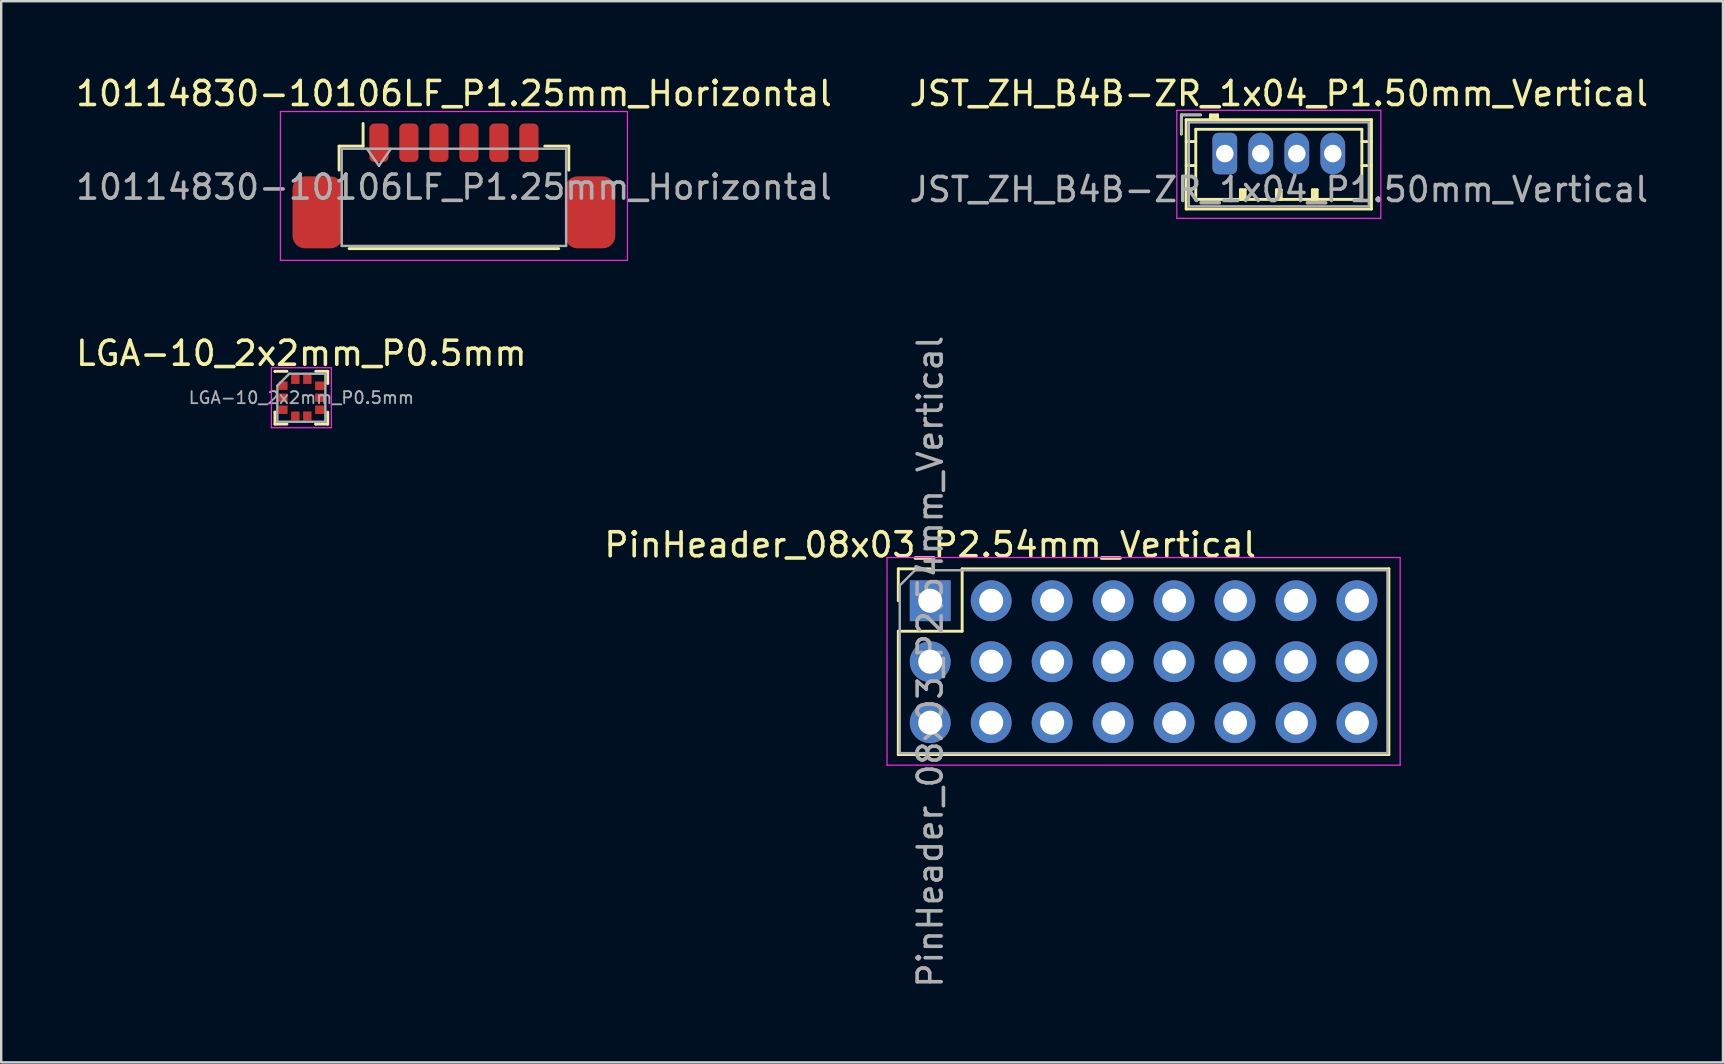
<source format=kicad_pcb>
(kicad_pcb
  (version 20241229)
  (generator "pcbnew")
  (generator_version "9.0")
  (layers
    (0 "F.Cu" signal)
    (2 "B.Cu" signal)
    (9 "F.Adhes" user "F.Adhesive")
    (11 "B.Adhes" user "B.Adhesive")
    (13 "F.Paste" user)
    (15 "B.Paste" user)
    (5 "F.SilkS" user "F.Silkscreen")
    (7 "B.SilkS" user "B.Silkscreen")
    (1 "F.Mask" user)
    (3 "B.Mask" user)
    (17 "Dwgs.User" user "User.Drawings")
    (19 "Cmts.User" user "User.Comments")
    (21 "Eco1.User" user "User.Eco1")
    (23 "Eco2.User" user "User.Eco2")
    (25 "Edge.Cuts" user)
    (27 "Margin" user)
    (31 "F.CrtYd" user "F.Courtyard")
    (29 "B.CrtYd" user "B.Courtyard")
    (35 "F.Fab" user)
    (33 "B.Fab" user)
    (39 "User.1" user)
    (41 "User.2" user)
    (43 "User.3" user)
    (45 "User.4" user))
  (footprint "LGA-10_2x2mm_P0.5mm"
    (layer "F.Cu")
    (at 9.506 13.521)
    (property "Reference" "LGA-10_2x2mm_P0.5mm" (at 0 -1.85 0) (layer "F.SilkS") (effects (font (size 1 1) (thickness 0.15))))
    (attr smd)
    (fp_line (start -1.1 -1.1) (end -1.1 -1.1) (stroke (width 0.12) (type solid)) (layer "F.SilkS"))
    (fp_line (start -1.1 0.6) (end -1.1 0.6) (stroke (width 0.12) (type solid)) (layer "F.SilkS"))
    (fp_line (start -1.1 1.1) (end -1.1 0.6) (stroke (width 0.12) (type solid)) (layer "F.SilkS"))
    (fp_line (start -0.6 -1.1) (end -1.1 -1.1) (stroke (width 0.12) (type solid)) (layer "F.SilkS"))
    (fp_line (start -0.6 1.1) (end -1.1 1.1) (stroke (width 0.12) (type solid)) (layer "F.SilkS"))
    (fp_line (start 0.6 -1.1) (end 1.1 -1.1) (stroke (width 0.12) (type solid)) (layer "F.SilkS"))
    (fp_line (start 0.6 1.1) (end 0.6 1.1) (stroke (width 0.12) (type solid)) (layer "F.SilkS"))
    (fp_line (start 1.1 -1.1) (end 1.1 -0.6) (stroke (width 0.12) (type solid)) (layer "F.SilkS"))
    (fp_line (start 1.1 -0.6) (end 1.1 -0.6) (stroke (width 0.12) (type solid)) (layer "F.SilkS"))
    (fp_line (start 1.1 0.6) (end 1.1 1.1) (stroke (width 0.12) (type solid)) (layer "F.SilkS"))
    (fp_line (start 1.1 1.1) (end 0.6 1.1) (stroke (width 0.12) (type solid)) (layer "F.SilkS"))
    (fp_line (start -1.25 -1.25) (end 1.25 -1.25) (stroke (width 0.05) (type solid)) (layer "F.CrtYd"))
    (fp_line (start -1.25 1.25) (end -1.25 -1.25) (stroke (width 0.05) (type solid)) (layer "F.CrtYd"))
    (fp_line (start 1.25 -1.25) (end 1.25 1.25) (stroke (width 0.05) (type solid)) (layer "F.CrtYd"))
    (fp_line (start 1.25 1.25) (end -1.25 1.25) (stroke (width 0.05) (type solid)) (layer "F.CrtYd"))
    (fp_line (start -1 -0.5) (end -0.5 -1) (stroke (width 0.1) (type solid)) (layer "F.Fab"))
    (fp_line (start -1 1) (end -1 -0.5) (stroke (width 0.1) (type solid)) (layer "F.Fab"))
    (fp_line (start -0.5 -1) (end 1 -1) (stroke (width 0.1) (type solid)) (layer "F.Fab"))
    (fp_line (start 1 -1) (end 1 1) (stroke (width 0.1) (type solid)) (layer "F.Fab"))
    (fp_line (start 1 1) (end -1 1) (stroke (width 0.1) (type solid)) (layer "F.Fab"))
    (fp_text user "${REFERENCE}" (at 0 0 0) (layer "F.Fab") (effects (font (size 0.5 0.5) (thickness 0.075))))
    (pad "1" smd rect (at 0.25 -0.762 90) (size 0.375 0.35) (layers "F.Cu" "F.Mask" "F.Paste"))
    (pad "2" smd rect (at -0.25 -0.762 90) (size 0.375 0.35) (layers "F.Cu" "F.Mask" "F.Paste"))
    (pad "3" smd rect (at -0.762 -0.5) (size 0.375 0.35) (layers "F.Cu" "F.Mask" "F.Paste"))
    (pad "4" smd rect (at -0.762 0) (size 0.375 0.35) (layers "F.Cu" "F.Mask" "F.Paste"))
    (pad "5" smd rect (at -0.762 0.5) (size 0.375 0.35) (layers "F.Cu" "F.Mask" "F.Paste"))
    (pad "6" smd rect (at -0.25 0.762 90) (size 0.375 0.35) (layers "F.Cu" "F.Mask" "F.Paste"))
    (pad "7" smd rect (at 0.25 0.762 90) (size 0.375 0.35) (layers "F.Cu" "F.Mask" "F.Paste"))
    (pad "8" smd rect (at 0.762 0.5) (size 0.375 0.35) (layers "F.Cu" "F.Mask" "F.Paste"))
    (pad "9" smd rect (at 0.762 0) (size 0.375 0.35) (layers "F.Cu" "F.Mask" "F.Paste"))
    (pad "10" smd rect (at 0.762 -0.5) (size 0.375 0.35) (layers "F.Cu" "F.Mask" "F.Paste")))
  (footprint "10114830-10106LF_P1.25mm_Horizontal"
    (layer "F.Cu")
    (at 15.863 4.698)
    (property "Reference" "10114830-10106LF_P1.25mm_Horizontal" (at 0 -3.85 0) (layer "F.SilkS") (effects (font (size 1 1) (thickness 0.15))))
    (attr smd)
    (fp_line (start -4.785 -1.66) (end -3.785 -1.66) (stroke (width 0.12) (type solid)) (layer "F.SilkS"))
    (fp_line (start -4.785 -0.66) (end -4.785 -1.66) (stroke (width 0.12) (type solid)) (layer "F.SilkS"))
    (fp_line (start -4.365 2.61) (end 4.365 2.61) (stroke (width 0.12) (type solid)) (layer "F.SilkS"))
    (fp_line (start -3.785 -1.66) (end -3.785 -2.6) (stroke (width 0.12) (type solid)) (layer "F.SilkS"))
    (fp_line (start 4.785 -1.66) (end 3.785 -1.66) (stroke (width 0.12) (type solid)) (layer "F.SilkS"))
    (fp_line (start 4.785 -0.66) (end 4.785 -1.66) (stroke (width 0.12) (type solid)) (layer "F.SilkS"))
    (fp_line (start -7.23 -3.1) (end -7.23 3.1) (stroke (width 0.05) (type solid)) (layer "F.CrtYd"))
    (fp_line (start -7.23 3.1) (end 7.23 3.1) (stroke (width 0.05) (type solid)) (layer "F.CrtYd"))
    (fp_line (start 7.23 -3.1) (end -7.23 -3.1) (stroke (width 0.05) (type solid)) (layer "F.CrtYd"))
    (fp_line (start 7.23 3.1) (end 7.23 -3.1) (stroke (width 0.05) (type solid)) (layer "F.CrtYd"))
    (fp_line (start -4.675 -1.55) (end -4.675 2.5) (stroke (width 0.1) (type solid)) (layer "F.Fab"))
    (fp_line (start -4.675 -1.55) (end 4.675 -1.55) (stroke (width 0.1) (type solid)) (layer "F.Fab"))
    (fp_line (start -4.675 2.5) (end 4.675 2.5) (stroke (width 0.1) (type solid)) (layer "F.Fab"))
    (fp_line (start -3.625 -1.55) (end -3.125 -0.843) (stroke (width 0.1) (type solid)) (layer "F.Fab"))
    (fp_line (start -3.125 -0.843) (end -2.625 -1.55) (stroke (width 0.1) (type solid)) (layer "F.Fab"))
    (fp_line (start 4.675 -1.55) (end 4.675 2.5) (stroke (width 0.1) (type solid)) (layer "F.Fab"))
    (fp_text user "${REFERENCE}" (at 0 0.05 0) (layer "F.Fab") (effects (font (size 1 1) (thickness 0.15))))
    (pad "1" smd roundrect (at -3.125 -1.8) (size 0.8 1.6) (layers "F.Cu" "F.Mask" "F.Paste") (roundrect_rratio 0.25))
    (pad "2" smd roundrect (at -1.875 -1.8) (size 0.8 1.6) (layers "F.Cu" "F.Mask" "F.Paste") (roundrect_rratio 0.25))
    (pad "3" smd roundrect (at -0.625 -1.8) (size 0.8 1.6) (layers "F.Cu" "F.Mask" "F.Paste") (roundrect_rratio 0.25))
    (pad "4" smd roundrect (at 0.625 -1.8) (size 0.8 1.6) (layers "F.Cu" "F.Mask" "F.Paste") (roundrect_rratio 0.25))
    (pad "5" smd roundrect (at 1.875 -1.8) (size 0.8 1.6) (layers "F.Cu" "F.Mask" "F.Paste") (roundrect_rratio 0.25))
    (pad "6" smd roundrect (at 3.125 -1.8) (size 0.8 1.6) (layers "F.Cu" "F.Mask" "F.Paste") (roundrect_rratio 0.25))
    (pad "MP" smd roundrect (at -5.675 1.1) (size 2.1 3) (layers "F.Cu" "F.Mask" "F.Paste") (roundrect_rratio 0.25))
    (pad "MP" smd roundrect (at 5.675 1.1) (size 2.1 3) (layers "F.Cu" "F.Mask" "F.Paste") (roundrect_rratio 0.25)))
  (footprint "JST_ZH_B4B-ZR_1x04_P1.50mm_Vertical"
    (layer "F.Cu")
    (at 47.982 3.348)
    (property "Reference" "JST_ZH_B4B-ZR_1x04_P1.50mm_Vertical" (at 2.25 -2.5 0) (layer "F.SilkS") (effects (font (size 1 1) (thickness 0.15))))
    (attr through_hole)
    (fp_line (start -1.81 -1.61) (end -1.81 -0.81) (stroke (width 0.12) (type solid)) (layer "F.SilkS"))
    (fp_line (start -1.61 -1.41) (end -1.61 2.31) (stroke (width 0.12) (type solid)) (layer "F.SilkS"))
    (fp_line (start -1.61 -0.5) (end -1.21 -0.5) (stroke (width 0.12) (type solid)) (layer "F.SilkS"))
    (fp_line (start -1.61 0.5) (end -1.21 0.5) (stroke (width 0.12) (type solid)) (layer "F.SilkS"))
    (fp_line (start -1.61 2.31) (end 6.11 2.31) (stroke (width 0.12) (type solid)) (layer "F.SilkS"))
    (fp_line (start -1.21 -1.01) (end -1.21 1.91) (stroke (width 0.12) (type solid)) (layer "F.SilkS"))
    (fp_line (start -1.21 1.91) (end 5.71 1.91) (stroke (width 0.12) (type solid)) (layer "F.SilkS"))
    (fp_line (start -1.01 -1.61) (end -1.81 -1.61) (stroke (width 0.12) (type solid)) (layer "F.SilkS"))
    (fp_line (start -0.6 -1.61) (end -0.6 -1.41) (stroke (width 0.12) (type solid)) (layer "F.SilkS"))
    (fp_line (start -0.3 -1.61) (end -0.6 -1.61) (stroke (width 0.12) (type solid)) (layer "F.SilkS"))
    (fp_line (start -0.3 -1.51) (end -0.6 -1.51) (stroke (width 0.12) (type solid)) (layer "F.SilkS"))
    (fp_line (start -0.3 -1.41) (end -0.3 -1.61) (stroke (width 0.12) (type solid)) (layer "F.SilkS"))
    (fp_line (start 0.65 1.51) (end 0.85 1.51) (stroke (width 0.12) (type solid)) (layer "F.SilkS"))
    (fp_line (start 0.65 1.91) (end 0.65 1.51) (stroke (width 0.12) (type solid)) (layer "F.SilkS"))
    (fp_line (start 0.75 1.91) (end 0.75 1.51) (stroke (width 0.12) (type solid)) (layer "F.SilkS"))
    (fp_line (start 0.85 1.51) (end 0.85 1.91) (stroke (width 0.12) (type solid)) (layer "F.SilkS"))
    (fp_line (start 2.15 1.51) (end 2.35 1.51) (stroke (width 0.12) (type solid)) (layer "F.SilkS"))
    (fp_line (start 2.15 1.91) (end 2.15 1.51) (stroke (width 0.12) (type solid)) (layer "F.SilkS"))
    (fp_line (start 2.25 1.91) (end 2.25 1.51) (stroke (width 0.12) (type solid)) (layer "F.SilkS"))
    (fp_line (start 2.35 1.51) (end 2.35 1.91) (stroke (width 0.12) (type solid)) (layer "F.SilkS"))
    (fp_line (start 3.65 1.51) (end 3.85 1.51) (stroke (width 0.12) (type solid)) (layer "F.SilkS"))
    (fp_line (start 3.65 1.91) (end 3.65 1.51) (stroke (width 0.12) (type solid)) (layer "F.SilkS"))
    (fp_line (start 3.75 1.91) (end 3.75 1.51) (stroke (width 0.12) (type solid)) (layer "F.SilkS"))
    (fp_line (start 3.85 1.51) (end 3.85 1.91) (stroke (width 0.12) (type solid)) (layer "F.SilkS"))
    (fp_line (start 5.71 -1.01) (end -1.21 -1.01) (stroke (width 0.12) (type solid)) (layer "F.SilkS"))
    (fp_line (start 5.71 1.91) (end 5.71 -1.01) (stroke (width 0.12) (type solid)) (layer "F.SilkS"))
    (fp_line (start 6.11 -1.41) (end -1.61 -1.41) (stroke (width 0.12) (type solid)) (layer "F.SilkS"))
    (fp_line (start 6.11 -0.5) (end 5.71 -0.5) (stroke (width 0.12) (type solid)) (layer "F.SilkS"))
    (fp_line (start 6.11 0.5) (end 5.71 0.5) (stroke (width 0.12) (type solid)) (layer "F.SilkS"))
    (fp_line (start 6.11 2.31) (end 6.11 -1.41) (stroke (width 0.12) (type solid)) (layer "F.SilkS"))
    (fp_line (start -2 -1.8) (end -2 2.7) (stroke (width 0.05) (type solid)) (layer "F.CrtYd"))
    (fp_line (start -2 2.7) (end 6.5 2.7) (stroke (width 0.05) (type solid)) (layer "F.CrtYd"))
    (fp_line (start 6.5 -1.8) (end -2 -1.8) (stroke (width 0.05) (type solid)) (layer "F.CrtYd"))
    (fp_line (start 6.5 2.7) (end 6.5 -1.8) (stroke (width 0.05) (type solid)) (layer "F.CrtYd"))
    (fp_line (start -1.81 -1.61) (end -1.81 -0.81) (stroke (width 0.1) (type solid)) (layer "F.Fab"))
    (fp_line (start -1.5 -1.3) (end -1.5 2.2) (stroke (width 0.1) (type solid)) (layer "F.Fab"))
    (fp_line (start -1.5 2.2) (end 6 2.2) (stroke (width 0.1) (type solid)) (layer "F.Fab"))
    (fp_line (start -1.01 -1.61) (end -1.81 -1.61) (stroke (width 0.1) (type solid)) (layer "F.Fab"))
    (fp_line (start 6 -1.3) (end -1.5 -1.3) (stroke (width 0.1) (type solid)) (layer "F.Fab"))
    (fp_line (start 6 2.2) (end 6 -1.3) (stroke (width 0.1) (type solid)) (layer "F.Fab"))
    (fp_text user "${REFERENCE}" (at 2.25 1.5 0) (layer "F.Fab") (effects (font (size 1 1) (thickness 0.15))))
    (pad "1" thru_hole roundrect (at 0 0) (size 1.03 1.73) (drill 0.73) (layers "*.Cu" "*.Mask") (roundrect_rratio 0.243))
    (pad "2" thru_hole oval (at 1.5 0) (size 1.03 1.73) (drill 0.73) (layers "*.Cu" "*.Mask"))
    (pad "3" thru_hole oval (at 3 0) (size 1.03 1.73) (drill 0.73) (layers "*.Cu" "*.Mask"))
    (pad "4" thru_hole oval (at 4.5 0) (size 1.03 1.73) (drill 0.73) (layers "*.Cu" "*.Mask")))
  (footprint "PinHeader_08x03_P2.54mm_Vertical"
    (layer "F.Cu")
    (at 35.708 21.98)
    (property "Reference" "PinHeader_08x03_P2.54mm_Vertical" (at 0 -2.33 0) (layer "F.SilkS") (effects (font (size 1 1) (thickness 0.15))))
    (attr through_hole)
    (fp_line (start -1.33 -1.33) (end 0 -1.33) (stroke (width 0.12) (type solid)) (layer "F.SilkS"))
    (fp_line (start -1.33 0) (end -1.33 -1.33) (stroke (width 0.12) (type solid)) (layer "F.SilkS"))
    (fp_line (start -1.33 1.27) (end -1.33 6.41) (stroke (width 0.12) (type solid)) (layer "F.SilkS"))
    (fp_line (start -1.33 1.27) (end 1.33 1.27) (stroke (width 0.12) (type solid)) (layer "F.SilkS"))
    (fp_line (start -1.33 6.41) (end 19.11 6.41) (stroke (width 0.12) (type solid)) (layer "F.SilkS"))
    (fp_line (start 1.33 -1.33) (end 19.11 -1.33) (stroke (width 0.12) (type solid)) (layer "F.SilkS"))
    (fp_line (start 1.33 1.27) (end 1.33 -1.33) (stroke (width 0.12) (type solid)) (layer "F.SilkS"))
    (fp_line (start 19.11 -1.33) (end 19.11 6.41) (stroke (width 0.12) (type solid)) (layer "F.SilkS"))
    (fp_line (start -1.8 -1.8) (end -1.8 6.85) (stroke (width 0.05) (type solid)) (layer "F.CrtYd"))
    (fp_line (start -1.8 6.85) (end 19.58 6.85) (stroke (width 0.05) (type solid)) (layer "F.CrtYd"))
    (fp_line (start 19.58 -1.8) (end -1.8 -1.8) (stroke (width 0.05) (type solid)) (layer "F.CrtYd"))
    (fp_line (start 19.58 6.85) (end 19.58 -1.8) (stroke (width 0.05) (type solid)) (layer "F.CrtYd"))
    (fp_line (start -1.27 -0.635) (end -0.635 -1.27) (stroke (width 0.1) (type solid)) (layer "F.Fab"))
    (fp_line (start -1.27 6.35) (end -1.27 -0.635) (stroke (width 0.1) (type solid)) (layer "F.Fab"))
    (fp_line (start -0.635 -1.27) (end 19.05 -1.27) (stroke (width 0.1) (type solid)) (layer "F.Fab"))
    (fp_line (start 19.05 -1.27) (end 19.05 6.35) (stroke (width 0.1) (type solid)) (layer "F.Fab"))
    (fp_line (start 19.05 6.35) (end -1.27 6.35) (stroke (width 0.1) (type solid)) (layer "F.Fab"))
    (fp_text user "${REFERENCE}" (at 0 2.54 90) (layer "F.Fab") (effects (font (size 1 1) (thickness 0.15))))
    (pad "1a" thru_hole rect (at 0 0) (size 1.7 1.7) (drill 1) (layers "*.Cu" "*.Mask"))
    (pad "1b" thru_hole oval (at 0 2.54) (size 1.7 1.7) (drill 1) (layers "*.Cu" "*.Mask"))
    (pad "1c" thru_hole oval (at 0 5.08) (size 1.7 1.7) (drill 1) (layers "*.Cu" "*.Mask"))
    (pad "2a" thru_hole oval (at 2.54 0) (size 1.7 1.7) (drill 1) (layers "*.Cu" "*.Mask"))
    (pad "2b" thru_hole oval (at 2.54 2.54) (size 1.7 1.7) (drill 1) (layers "*.Cu" "*.Mask"))
    (pad "2c" thru_hole oval (at 2.54 5.08) (size 1.7 1.7) (drill 1) (layers "*.Cu" "*.Mask"))
    (pad "3a" thru_hole oval (at 5.08 0) (size 1.7 1.7) (drill 1) (layers "*.Cu" "*.Mask"))
    (pad "3b" thru_hole oval (at 5.08 2.54) (size 1.7 1.7) (drill 1) (layers "*.Cu" "*.Mask"))
    (pad "3c" thru_hole oval (at 5.08 5.08) (size 1.7 1.7) (drill 1) (layers "*.Cu" "*.Mask"))
    (pad "4a" thru_hole oval (at 7.62 0) (size 1.7 1.7) (drill 1) (layers "*.Cu" "*.Mask"))
    (pad "4b" thru_hole oval (at 7.62 2.54) (size 1.7 1.7) (drill 1) (layers "*.Cu" "*.Mask"))
    (pad "4c" thru_hole oval (at 7.62 5.08) (size 1.7 1.7) (drill 1) (layers "*.Cu" "*.Mask"))
    (pad "5a" thru_hole oval (at 10.16 0) (size 1.7 1.7) (drill 1) (layers "*.Cu" "*.Mask"))
    (pad "5b" thru_hole oval (at 10.16 2.54) (size 1.7 1.7) (drill 1) (layers "*.Cu" "*.Mask"))
    (pad "5c" thru_hole oval (at 10.16 5.08) (size 1.7 1.7) (drill 1) (layers "*.Cu" "*.Mask"))
    (pad "6a" thru_hole oval (at 12.7 0) (size 1.7 1.7) (drill 1) (layers "*.Cu" "*.Mask"))
    (pad "6b" thru_hole oval (at 12.7 2.54) (size 1.7 1.7) (drill 1) (layers "*.Cu" "*.Mask"))
    (pad "6c" thru_hole oval (at 12.7 5.08) (size 1.7 1.7) (drill 1) (layers "*.Cu" "*.Mask"))
    (pad "7a" thru_hole oval (at 15.24 0) (size 1.7 1.7) (drill 1) (layers "*.Cu" "*.Mask"))
    (pad "7b" thru_hole oval (at 15.24 2.54) (size 1.7 1.7) (drill 1) (layers "*.Cu" "*.Mask"))
    (pad "7c" thru_hole oval (at 15.24 5.08) (size 1.7 1.7) (drill 1) (layers "*.Cu" "*.Mask"))
    (pad "8a" thru_hole oval (at 17.78 0) (size 1.7 1.7) (drill 1) (layers "*.Cu" "*.Mask"))
    (pad "8b" thru_hole oval (at 17.78 2.54) (size 1.7 1.7) (drill 1) (layers "*.Cu" "*.Mask"))
    (pad "8c" thru_hole oval (at 17.78 5.08) (size 1.7 1.7) (drill 1) (layers "*.Cu" "*.Mask")))
  (gr_rect
    (start -3 -3)
    (end 68.738 41.216)
    (stroke (width 0.1) (type default))
    (fill no)
    (layer "Edge.Cuts")))
</source>
